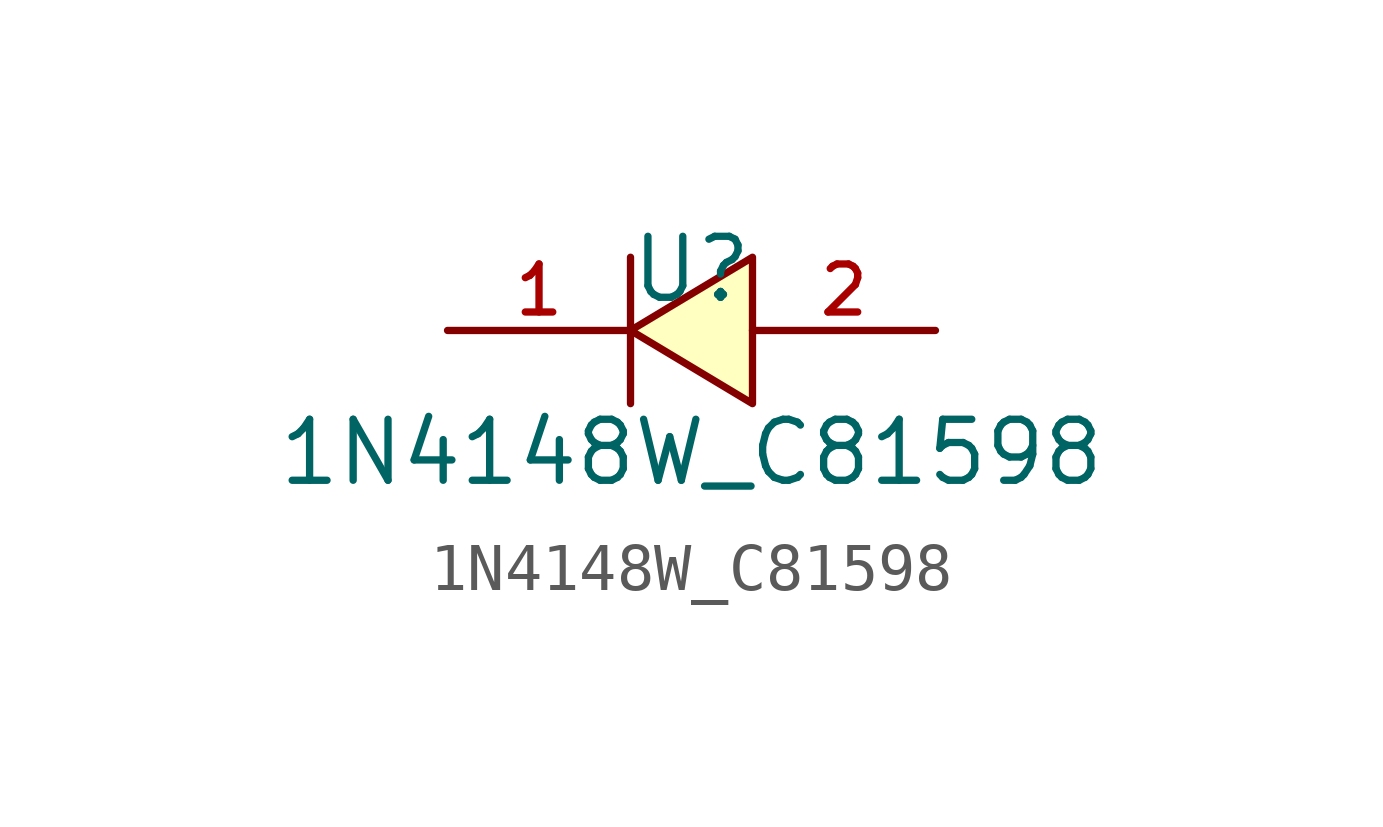
<source format=kicad_sym>
(kicad_symbol_lib
  (version 20210201)
  (generator TousstNicolas/JLC2KiCad_lib)
  (symbol "1N4148W_C81598"
    (pin_names hide)
    (property "Reference" "U"
      (at 0 1.27 0)
      (effects (font (size 1.27 1.27))))
    (property "Value" "1N4148W_C81598"
      (at 0 -2.54 0)
      (effects (font (size 1.27 1.27))))
    (symbol "1N4148W_C81598_0_1"
      (polyline (pts (xy -1.27 -1.524) (xy -1.27 1.524)) (stroke (width 0) (type default) (color 0 0 0 0)) (fill (type none)))
      (pin unspecified line (at 5.08 -0.0 180) (length 3.81) (name "A" (effects (font (size 1 1)))) (number "2" (effects (font (size 1 1)))))
      (pin unspecified line (at -5.08 -0.0 0) (length 3.81) (name "K" (effects (font (size 1 1)))) (number "1" (effects (font (size 1 1)))))
      (polyline (pts (xy 1.27 1.524) (xy -1.27 -0.0) (xy 1.27 -1.524) (xy 1.27 1.524)) (stroke (width 0) (type default) (color 0 0 0 0)) (fill (type background))))))
</source>
